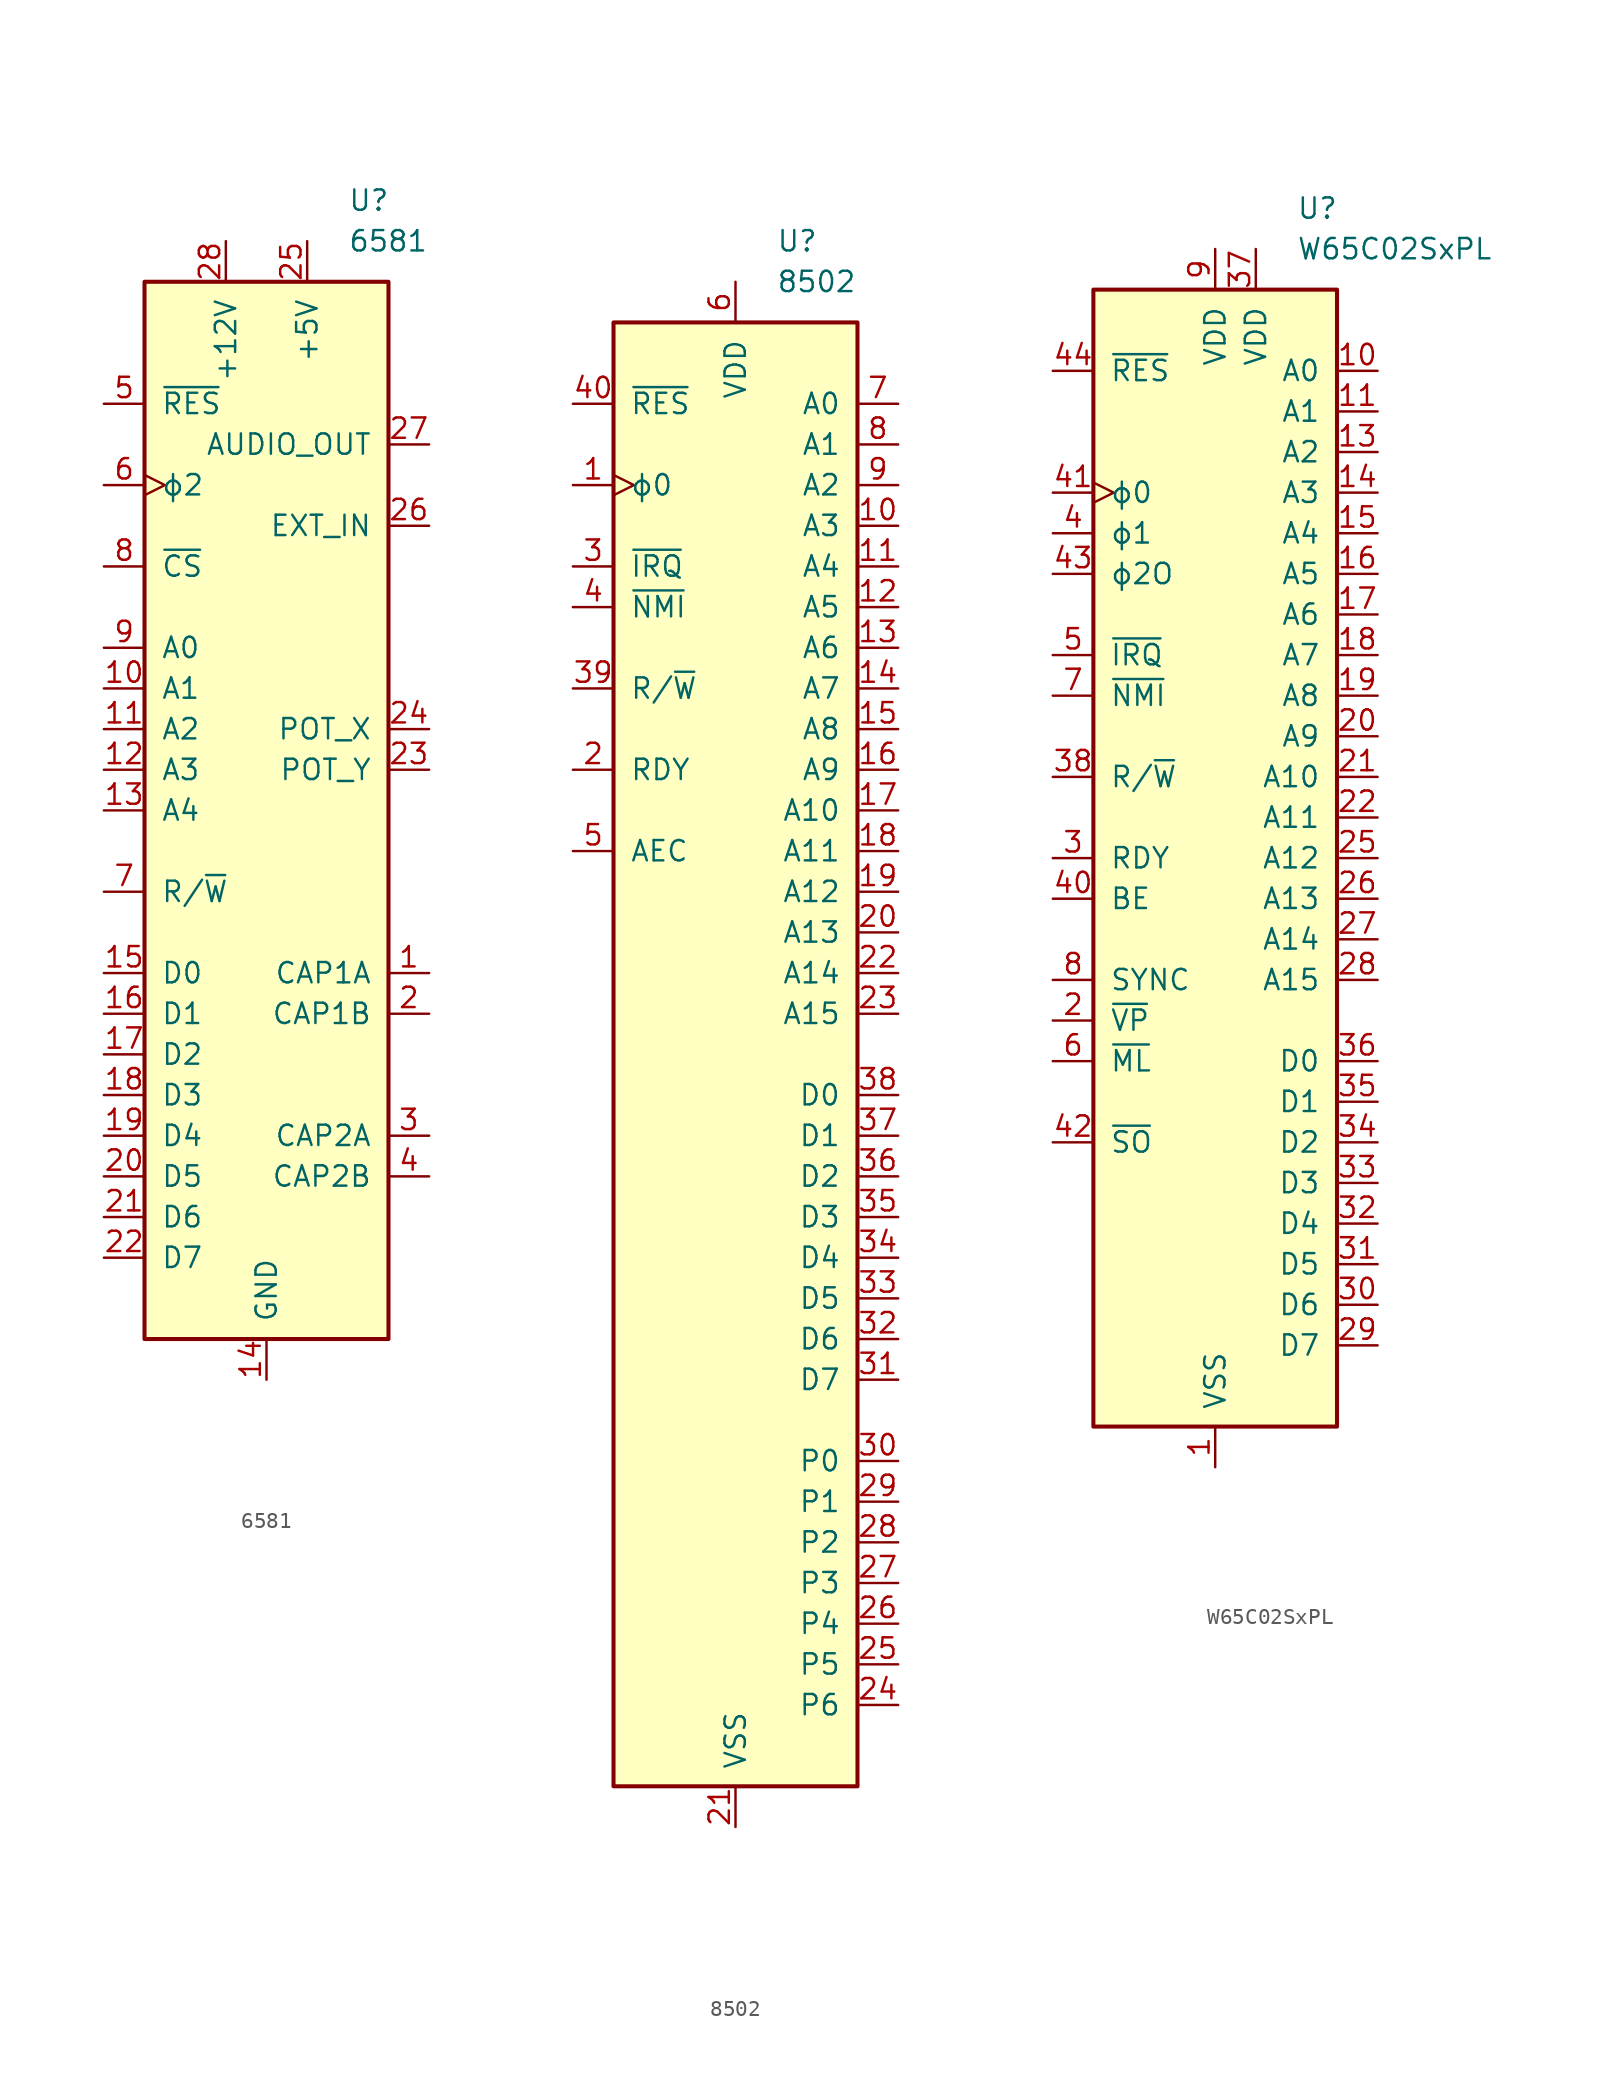
<source format=kicad_sym>
(kicad_symbol_lib
  (version 20211014)
  (generator kicad_symbol_editor)
  (symbol "6581"
    (pin_names
      (offset 1.016))
    (property "Reference" "U"
      (at 5.08 38.1 0)
      (effects (font (size 1.27 1.27)) (justify left)))
    (property "Value" "6581"
      (at 5.08 35.56 0)
      (effects (font (size 1.27 1.27)) (justify left)))
    (symbol "6581_0_1"
      (rectangle (start -7.62 33.02) (end 7.62 -33.02) (stroke (width 0.254) (type default) (color 0 0 0 0)) (fill (type background))))
    (symbol "6581_1_1"
      (pin passive line (at 10.16 -10.16 180) (length 2.54) (name "CAP1A" (effects (font (size 1.27 1.27)))) (number "1" (effects (font (size 1.27 1.27)))))
      (pin input line (at -10.16 7.62 0) (length 2.54) (name "A1" (effects (font (size 1.27 1.27)))) (number "10" (effects (font (size 1.27 1.27)))))
      (pin input line (at -10.16 5.08 0) (length 2.54) (name "A2" (effects (font (size 1.27 1.27)))) (number "11" (effects (font (size 1.27 1.27)))))
      (pin input line (at -10.16 2.54 0) (length 2.54) (name "A3" (effects (font (size 1.27 1.27)))) (number "12" (effects (font (size 1.27 1.27)))))
      (pin input line (at -10.16 0 0) (length 2.54) (name "A4" (effects (font (size 1.27 1.27)))) (number "13" (effects (font (size 1.27 1.27)))))
      (pin power_in line (at 0 -35.56 90) (length 2.54) (name "GND" (effects (font (size 1.27 1.27)))) (number "14" (effects (font (size 1.27 1.27)))))
      (pin bidirectional line (at -10.16 -10.16 0) (length 2.54) (name "D0" (effects (font (size 1.27 1.27)))) (number "15" (effects (font (size 1.27 1.27)))))
      (pin bidirectional line (at -10.16 -12.7 0) (length 2.54) (name "D1" (effects (font (size 1.27 1.27)))) (number "16" (effects (font (size 1.27 1.27)))))
      (pin bidirectional line (at -10.16 -15.24 0) (length 2.54) (name "D2" (effects (font (size 1.27 1.27)))) (number "17" (effects (font (size 1.27 1.27)))))
      (pin bidirectional line (at -10.16 -17.78 0) (length 2.54) (name "D3" (effects (font (size 1.27 1.27)))) (number "18" (effects (font (size 1.27 1.27)))))
      (pin bidirectional line (at -10.16 -20.32 0) (length 2.54) (name "D4" (effects (font (size 1.27 1.27)))) (number "19" (effects (font (size 1.27 1.27)))))
      (pin passive line (at 10.16 -12.7 180) (length 2.54) (name "CAP1B" (effects (font (size 1.27 1.27)))) (number "2" (effects (font (size 1.27 1.27)))))
      (pin bidirectional line (at -10.16 -22.86 0) (length 2.54) (name "D5" (effects (font (size 1.27 1.27)))) (number "20" (effects (font (size 1.27 1.27)))))
      (pin bidirectional line (at -10.16 -25.4 0) (length 2.54) (name "D6" (effects (font (size 1.27 1.27)))) (number "21" (effects (font (size 1.27 1.27)))))
      (pin bidirectional line (at -10.16 -27.94 0) (length 2.54) (name "D7" (effects (font (size 1.27 1.27)))) (number "22" (effects (font (size 1.27 1.27)))))
      (pin input line (at 10.16 2.54 180) (length 2.54) (name "POT_Y" (effects (font (size 1.27 1.27)))) (number "23" (effects (font (size 1.27 1.27)))))
      (pin input line (at 10.16 5.08 180) (length 2.54) (name "POT_X" (effects (font (size 1.27 1.27)))) (number "24" (effects (font (size 1.27 1.27)))))
      (pin power_in line (at 2.54 35.56 270) (length 2.54) (name "+5V" (effects (font (size 1.27 1.27)))) (number "25" (effects (font (size 1.27 1.27)))))
      (pin input line (at 10.16 17.78 180) (length 2.54) (name "EXT_IN" (effects (font (size 1.27 1.27)))) (number "26" (effects (font (size 1.27 1.27)))))
      (pin output line (at 10.16 22.86 180) (length 2.54) (name "AUDIO_OUT" (effects (font (size 1.27 1.27)))) (number "27" (effects (font (size 1.27 1.27)))))
      (pin power_in line (at -2.54 35.56 270) (length 2.54) (name "+12V" (effects (font (size 1.27 1.27)))) (number "28" (effects (font (size 1.27 1.27)))))
      (pin passive line (at 10.16 -20.32 180) (length 2.54) (name "CAP2A" (effects (font (size 1.27 1.27)))) (number "3" (effects (font (size 1.27 1.27)))))
      (pin passive line (at 10.16 -22.86 180) (length 2.54) (name "CAP2B" (effects (font (size 1.27 1.27)))) (number "4" (effects (font (size 1.27 1.27)))))
      (pin input line (at -10.16 25.4 0) (length 2.54) (name "~{RES}" (effects (font (size 1.27 1.27)))) (number "5" (effects (font (size 1.27 1.27)))))
      (pin input clock (at -10.16 20.32 0) (length 2.54) (name "ϕ2" (effects (font (size 1.27 1.27)))) (number "6" (effects (font (size 1.27 1.27)))))
      (pin input line (at -10.16 -5.08 0) (length 2.54) (name "R/~{W}" (effects (font (size 1.27 1.27)))) (number "7" (effects (font (size 1.27 1.27)))))
      (pin input line (at -10.16 15.24 0) (length 2.54) (name "~{CS}" (effects (font (size 1.27 1.27)))) (number "8" (effects (font (size 1.27 1.27)))))
      (pin input line (at -10.16 10.16 0) (length 2.54) (name "A0" (effects (font (size 1.27 1.27)))) (number "9" (effects (font (size 1.27 1.27)))))))
  (symbol "8502"
    (pin_names
      (offset 1.016))
    (property "Reference" "U"
      (at 2.54 50.8 0)
      (effects (font (size 1.27 1.27)) (justify left)))
    (property "Value" "8502"
      (at 2.54 48.26 0)
      (effects (font (size 1.27 1.27)) (justify left)))
    (symbol "8502_0_1"
      (rectangle (start -7.62 45.72) (end 7.62 -45.72) (stroke (width 0.254) (type default) (color 0 0 0 0)) (fill (type background))))
    (symbol "8502_1_1"
      (pin input clock (at -10.16 35.56 0) (length 2.54) (name "ϕ0" (effects (font (size 1.27 1.27)))) (number "1" (effects (font (size 1.27 1.27)))))
      (pin tri_state line (at 10.16 33.02 180) (length 2.54) (name "A3" (effects (font (size 1.27 1.27)))) (number "10" (effects (font (size 1.27 1.27)))))
      (pin tri_state line (at 10.16 30.48 180) (length 2.54) (name "A4" (effects (font (size 1.27 1.27)))) (number "11" (effects (font (size 1.27 1.27)))))
      (pin tri_state line (at 10.16 27.94 180) (length 2.54) (name "A5" (effects (font (size 1.27 1.27)))) (number "12" (effects (font (size 1.27 1.27)))))
      (pin tri_state line (at 10.16 25.4 180) (length 2.54) (name "A6" (effects (font (size 1.27 1.27)))) (number "13" (effects (font (size 1.27 1.27)))))
      (pin tri_state line (at 10.16 22.86 180) (length 2.54) (name "A7" (effects (font (size 1.27 1.27)))) (number "14" (effects (font (size 1.27 1.27)))))
      (pin tri_state line (at 10.16 20.32 180) (length 2.54) (name "A8" (effects (font (size 1.27 1.27)))) (number "15" (effects (font (size 1.27 1.27)))))
      (pin tri_state line (at 10.16 17.78 180) (length 2.54) (name "A9" (effects (font (size 1.27 1.27)))) (number "16" (effects (font (size 1.27 1.27)))))
      (pin tri_state line (at 10.16 15.24 180) (length 2.54) (name "A10" (effects (font (size 1.27 1.27)))) (number "17" (effects (font (size 1.27 1.27)))))
      (pin tri_state line (at 10.16 12.7 180) (length 2.54) (name "A11" (effects (font (size 1.27 1.27)))) (number "18" (effects (font (size 1.27 1.27)))))
      (pin tri_state line (at 10.16 10.16 180) (length 2.54) (name "A12" (effects (font (size 1.27 1.27)))) (number "19" (effects (font (size 1.27 1.27)))))
      (pin input line (at -10.16 17.78 0) (length 2.54) (name "RDY" (effects (font (size 1.27 1.27)))) (number "2" (effects (font (size 1.27 1.27)))))
      (pin tri_state line (at 10.16 7.62 180) (length 2.54) (name "A13" (effects (font (size 1.27 1.27)))) (number "20" (effects (font (size 1.27 1.27)))))
      (pin power_in line (at 0 -48.26 90) (length 2.54) (name "VSS" (effects (font (size 1.27 1.27)))) (number "21" (effects (font (size 1.27 1.27)))))
      (pin tri_state line (at 10.16 5.08 180) (length 2.54) (name "A14" (effects (font (size 1.27 1.27)))) (number "22" (effects (font (size 1.27 1.27)))))
      (pin tri_state line (at 10.16 2.54 180) (length 2.54) (name "A15" (effects (font (size 1.27 1.27)))) (number "23" (effects (font (size 1.27 1.27)))))
      (pin power_in line (at 10.16 -40.64 180) (length 2.54) (name "P6" (effects (font (size 1.27 1.27)))) (number "24" (effects (font (size 1.27 1.27)))))
      (pin bidirectional line (at 10.16 -38.1 180) (length 2.54) (name "P5" (effects (font (size 1.27 1.27)))) (number "25" (effects (font (size 1.27 1.27)))))
      (pin bidirectional line (at 10.16 -35.56 180) (length 2.54) (name "P4" (effects (font (size 1.27 1.27)))) (number "26" (effects (font (size 1.27 1.27)))))
      (pin bidirectional line (at 10.16 -33.02 180) (length 2.54) (name "P3" (effects (font (size 1.27 1.27)))) (number "27" (effects (font (size 1.27 1.27)))))
      (pin bidirectional line (at 10.16 -30.48 180) (length 2.54) (name "P2" (effects (font (size 1.27 1.27)))) (number "28" (effects (font (size 1.27 1.27)))))
      (pin bidirectional line (at 10.16 -27.94 180) (length 2.54) (name "P1" (effects (font (size 1.27 1.27)))) (number "29" (effects (font (size 1.27 1.27)))))
      (pin input line (at -10.16 30.48 0) (length 2.54) (name "~{IRQ}" (effects (font (size 1.27 1.27)))) (number "3" (effects (font (size 1.27 1.27)))))
      (pin bidirectional line (at 10.16 -25.4 180) (length 2.54) (name "P0" (effects (font (size 1.27 1.27)))) (number "30" (effects (font (size 1.27 1.27)))))
      (pin bidirectional line (at 10.16 -20.32 180) (length 2.54) (name "D7" (effects (font (size 1.27 1.27)))) (number "31" (effects (font (size 1.27 1.27)))))
      (pin bidirectional line (at 10.16 -17.78 180) (length 2.54) (name "D6" (effects (font (size 1.27 1.27)))) (number "32" (effects (font (size 1.27 1.27)))))
      (pin bidirectional line (at 10.16 -15.24 180) (length 2.54) (name "D5" (effects (font (size 1.27 1.27)))) (number "33" (effects (font (size 1.27 1.27)))))
      (pin bidirectional line (at 10.16 -12.7 180) (length 2.54) (name "D4" (effects (font (size 1.27 1.27)))) (number "34" (effects (font (size 1.27 1.27)))))
      (pin bidirectional line (at 10.16 -10.16 180) (length 2.54) (name "D3" (effects (font (size 1.27 1.27)))) (number "35" (effects (font (size 1.27 1.27)))))
      (pin bidirectional line (at 10.16 -7.62 180) (length 2.54) (name "D2" (effects (font (size 1.27 1.27)))) (number "36" (effects (font (size 1.27 1.27)))))
      (pin bidirectional line (at 10.16 -5.08 180) (length 2.54) (name "D1" (effects (font (size 1.27 1.27)))) (number "37" (effects (font (size 1.27 1.27)))))
      (pin bidirectional line (at 10.16 -2.54 180) (length 2.54) (name "D0" (effects (font (size 1.27 1.27)))) (number "38" (effects (font (size 1.27 1.27)))))
      (pin tri_state line (at -10.16 22.86 0) (length 2.54) (name "R/~{W}" (effects (font (size 1.27 1.27)))) (number "39" (effects (font (size 1.27 1.27)))))
      (pin input line (at -10.16 27.94 0) (length 2.54) (name "~{NMI}" (effects (font (size 1.27 1.27)))) (number "4" (effects (font (size 1.27 1.27)))))
      (pin input line (at -10.16 40.64 0) (length 2.54) (name "~{RES}" (effects (font (size 1.27 1.27)))) (number "40" (effects (font (size 1.27 1.27)))))
      (pin input line (at -10.16 12.7 0) (length 2.54) (name "AEC" (effects (font (size 1.27 1.27)))) (number "5" (effects (font (size 1.27 1.27)))))
      (pin power_in line (at 0 48.26 270) (length 2.54) (name "VDD" (effects (font (size 1.27 1.27)))) (number "6" (effects (font (size 1.27 1.27)))))
      (pin tri_state line (at 10.16 40.64 180) (length 2.54) (name "A0" (effects (font (size 1.27 1.27)))) (number "7" (effects (font (size 1.27 1.27)))))
      (pin tri_state line (at 10.16 38.1 180) (length 2.54) (name "A1" (effects (font (size 1.27 1.27)))) (number "8" (effects (font (size 1.27 1.27)))))
      (pin tri_state line (at 10.16 35.56 180) (length 2.54) (name "A2" (effects (font (size 1.27 1.27)))) (number "9" (effects (font (size 1.27 1.27)))))))
  (symbol "W65C02SxPL"
    (pin_names
      (offset 1.016))
    (property "Reference" "U"
      (at 5.08 40.64 0)
      (effects (font (size 1.27 1.27)) (justify left)))
    (property "Value" "W65C02SxPL"
      (at 5.08 38.1 0)
      (effects (font (size 1.27 1.27)) (justify left)))
    (symbol "W65C02SxPL_0_1"
      (rectangle (start -7.62 35.56) (end 7.62 -35.56) (stroke (width 0.254) (type default) (color 0 0 0 0)) (fill (type background))))
    (symbol "W65C02SxPL_1_1"
      (pin power_in line (at 0 -38.1 90) (length 2.54) (name "VSS" (effects (font (size 1.27 1.27)))) (number "1" (effects (font (size 1.27 1.27)))))
      (pin tri_state line (at 10.16 30.48 180) (length 2.54) (name "A0" (effects (font (size 1.27 1.27)))) (number "10" (effects (font (size 1.27 1.27)))))
      (pin tri_state line (at 10.16 27.94 180) (length 2.54) (name "A1" (effects (font (size 1.27 1.27)))) (number "11" (effects (font (size 1.27 1.27)))))
      (pin no_connect non_logic (at -7.62 -25.4 0) (length 2.54) hide (name "nc" (effects (font (size 1.27 1.27)))) (number "12" (effects (font (size 1.27 1.27)))))
      (pin tri_state line (at 10.16 25.4 180) (length 2.54) (name "A2" (effects (font (size 1.27 1.27)))) (number "13" (effects (font (size 1.27 1.27)))))
      (pin tri_state line (at 10.16 22.86 180) (length 2.54) (name "A3" (effects (font (size 1.27 1.27)))) (number "14" (effects (font (size 1.27 1.27)))))
      (pin tri_state line (at 10.16 20.32 180) (length 2.54) (name "A4" (effects (font (size 1.27 1.27)))) (number "15" (effects (font (size 1.27 1.27)))))
      (pin tri_state line (at 10.16 17.78 180) (length 2.54) (name "A5" (effects (font (size 1.27 1.27)))) (number "16" (effects (font (size 1.27 1.27)))))
      (pin tri_state line (at 10.16 15.24 180) (length 2.54) (name "A6" (effects (font (size 1.27 1.27)))) (number "17" (effects (font (size 1.27 1.27)))))
      (pin tri_state line (at 10.16 12.7 180) (length 2.54) (name "A7" (effects (font (size 1.27 1.27)))) (number "18" (effects (font (size 1.27 1.27)))))
      (pin tri_state line (at 10.16 10.16 180) (length 2.54) (name "A8" (effects (font (size 1.27 1.27)))) (number "19" (effects (font (size 1.27 1.27)))))
      (pin output line (at -10.16 -10.16 0) (length 2.54) (name "~{VP}" (effects (font (size 1.27 1.27)))) (number "2" (effects (font (size 1.27 1.27)))))
      (pin tri_state line (at 10.16 7.62 180) (length 2.54) (name "A9" (effects (font (size 1.27 1.27)))) (number "20" (effects (font (size 1.27 1.27)))))
      (pin tri_state line (at 10.16 5.08 180) (length 2.54) (name "A10" (effects (font (size 1.27 1.27)))) (number "21" (effects (font (size 1.27 1.27)))))
      (pin tri_state line (at 10.16 2.54 180) (length 2.54) (name "A11" (effects (font (size 1.27 1.27)))) (number "22" (effects (font (size 1.27 1.27)))))
      (pin passive line (at 0 -38.1 90) (length 2.54) hide (name "VSS" (effects (font (size 1.27 1.27)))) (number "23" (effects (font (size 1.27 1.27)))))
      (pin passive line (at 0 -38.1 90) (length 2.54) hide (name "VSS" (effects (font (size 1.27 1.27)))) (number "24" (effects (font (size 1.27 1.27)))))
      (pin tri_state line (at 10.16 0 180) (length 2.54) (name "A12" (effects (font (size 1.27 1.27)))) (number "25" (effects (font (size 1.27 1.27)))))
      (pin tri_state line (at 10.16 -2.54 180) (length 2.54) (name "A13" (effects (font (size 1.27 1.27)))) (number "26" (effects (font (size 1.27 1.27)))))
      (pin tri_state line (at 10.16 -5.08 180) (length 2.54) (name "A14" (effects (font (size 1.27 1.27)))) (number "27" (effects (font (size 1.27 1.27)))))
      (pin tri_state line (at 10.16 -7.62 180) (length 2.54) (name "A15" (effects (font (size 1.27 1.27)))) (number "28" (effects (font (size 1.27 1.27)))))
      (pin bidirectional line (at 10.16 -30.48 180) (length 2.54) (name "D7" (effects (font (size 1.27 1.27)))) (number "29" (effects (font (size 1.27 1.27)))))
      (pin open_collector line (at -10.16 0 0) (length 2.54) (name "RDY" (effects (font (size 1.27 1.27)))) (number "3" (effects (font (size 1.27 1.27)))))
      (pin bidirectional line (at 10.16 -27.94 180) (length 2.54) (name "D6" (effects (font (size 1.27 1.27)))) (number "30" (effects (font (size 1.27 1.27)))))
      (pin bidirectional line (at 10.16 -25.4 180) (length 2.54) (name "D5" (effects (font (size 1.27 1.27)))) (number "31" (effects (font (size 1.27 1.27)))))
      (pin bidirectional line (at 10.16 -22.86 180) (length 2.54) (name "D4" (effects (font (size 1.27 1.27)))) (number "32" (effects (font (size 1.27 1.27)))))
      (pin bidirectional line (at 10.16 -20.32 180) (length 2.54) (name "D3" (effects (font (size 1.27 1.27)))) (number "33" (effects (font (size 1.27 1.27)))))
      (pin bidirectional line (at 10.16 -17.78 180) (length 2.54) (name "D2" (effects (font (size 1.27 1.27)))) (number "34" (effects (font (size 1.27 1.27)))))
      (pin bidirectional line (at 10.16 -15.24 180) (length 2.54) (name "D1" (effects (font (size 1.27 1.27)))) (number "35" (effects (font (size 1.27 1.27)))))
      (pin bidirectional line (at 10.16 -12.7 180) (length 2.54) (name "D0" (effects (font (size 1.27 1.27)))) (number "36" (effects (font (size 1.27 1.27)))))
      (pin power_in line (at 2.54 38.1 270) (length 2.54) (name "VDD" (effects (font (size 1.27 1.27)))) (number "37" (effects (font (size 1.27 1.27)))))
      (pin tri_state line (at -10.16 5.08 0) (length 2.54) (name "R/~{W}" (effects (font (size 1.27 1.27)))) (number "38" (effects (font (size 1.27 1.27)))))
      (pin no_connect non_logic (at -7.62 -27.94 0) (length 2.54) hide (name "nc" (effects (font (size 1.27 1.27)))) (number "39" (effects (font (size 1.27 1.27)))))
      (pin output line (at -10.16 20.32 0) (length 2.54) (name "ϕ1" (effects (font (size 1.27 1.27)))) (number "4" (effects (font (size 1.27 1.27)))))
      (pin input line (at -10.16 -2.54 0) (length 2.54) (name "BE" (effects (font (size 1.27 1.27)))) (number "40" (effects (font (size 1.27 1.27)))))
      (pin input clock (at -10.16 22.86 0) (length 2.54) (name "ϕ0" (effects (font (size 1.27 1.27)))) (number "41" (effects (font (size 1.27 1.27)))))
      (pin input line (at -10.16 -17.78 0) (length 2.54) (name "~{SO}" (effects (font (size 1.27 1.27)))) (number "42" (effects (font (size 1.27 1.27)))))
      (pin output line (at -10.16 17.78 0) (length 2.54) (name "ϕ2O" (effects (font (size 1.27 1.27)))) (number "43" (effects (font (size 1.27 1.27)))))
      (pin input line (at -10.16 30.48 0) (length 2.54) (name "~{RES}" (effects (font (size 1.27 1.27)))) (number "44" (effects (font (size 1.27 1.27)))))
      (pin input line (at -10.16 12.7 0) (length 2.54) (name "~{IRQ}" (effects (font (size 1.27 1.27)))) (number "5" (effects (font (size 1.27 1.27)))))
      (pin output line (at -10.16 -12.7 0) (length 2.54) (name "~{ML}" (effects (font (size 1.27 1.27)))) (number "6" (effects (font (size 1.27 1.27)))))
      (pin input line (at -10.16 10.16 0) (length 2.54) (name "~{NMI}" (effects (font (size 1.27 1.27)))) (number "7" (effects (font (size 1.27 1.27)))))
      (pin output line (at -10.16 -7.62 0) (length 2.54) (name "SYNC" (effects (font (size 1.27 1.27)))) (number "8" (effects (font (size 1.27 1.27)))))
      (pin power_in line (at 0 38.1 270) (length 2.54) (name "VDD" (effects (font (size 1.27 1.27)))) (number "9" (effects (font (size 1.27 1.27))))))))
</source>
